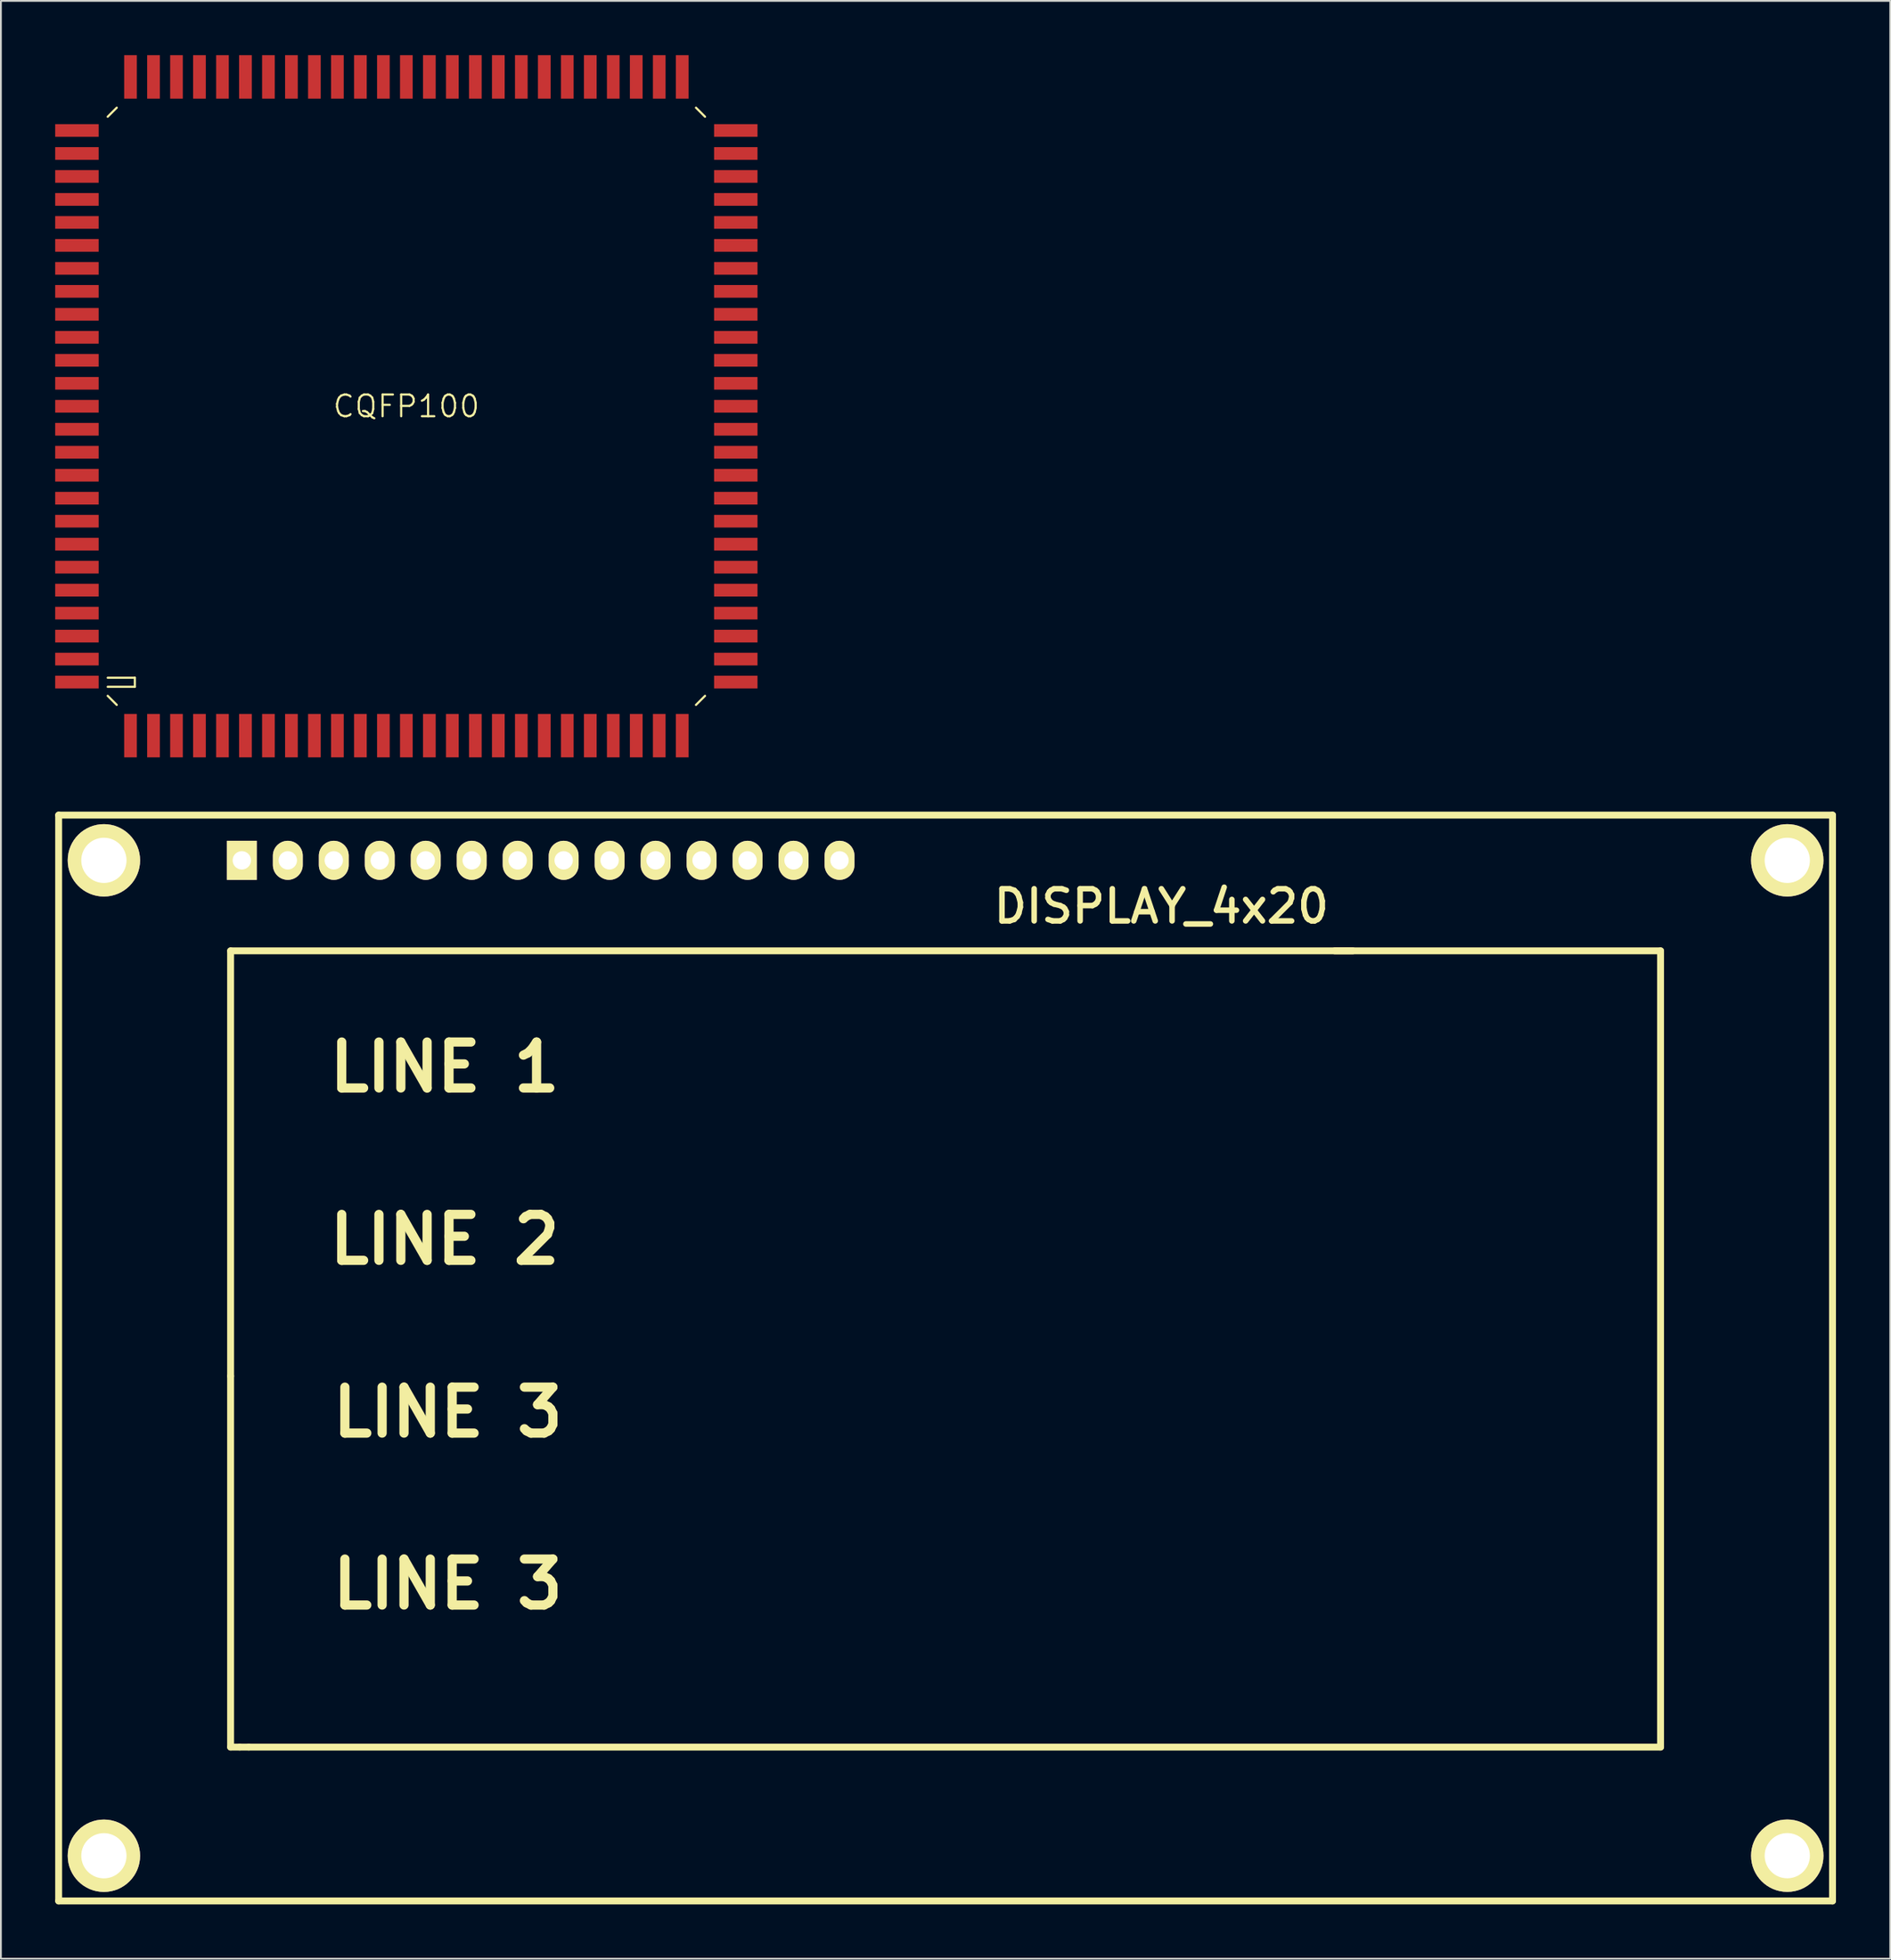
<source format=kicad_pcb>
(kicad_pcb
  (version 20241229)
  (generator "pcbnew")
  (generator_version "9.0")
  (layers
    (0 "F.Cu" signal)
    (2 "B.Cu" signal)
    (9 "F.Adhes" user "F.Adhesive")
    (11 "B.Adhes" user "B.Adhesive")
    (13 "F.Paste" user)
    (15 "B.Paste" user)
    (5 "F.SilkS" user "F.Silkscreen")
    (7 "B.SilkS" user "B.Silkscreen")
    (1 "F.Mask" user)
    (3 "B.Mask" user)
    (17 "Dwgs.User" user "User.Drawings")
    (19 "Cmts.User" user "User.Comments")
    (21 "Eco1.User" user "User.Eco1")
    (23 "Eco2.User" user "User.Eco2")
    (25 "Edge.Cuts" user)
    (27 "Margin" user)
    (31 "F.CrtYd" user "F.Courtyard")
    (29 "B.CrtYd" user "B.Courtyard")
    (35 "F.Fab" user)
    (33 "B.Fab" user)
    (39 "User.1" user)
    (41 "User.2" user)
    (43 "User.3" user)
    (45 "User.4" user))
  (footprint "CQFP100"
    (layer "F.Cu")
    (at 19.4 19.4)
    (property "Reference" "CQFP100" (at 0 0 0) (layer "F.SilkS") (effects (font (size 1.2 1.2) (thickness 0.12))))
    (attr smd)
    (fp_line (start -16.5 -16) (end -16 -16.5) (stroke (width 0.12) (type solid)) (layer "F.SilkS"))
    (fp_line (start -16.5 15.5) (end -15 15.5) (stroke (width 0.12) (type solid)) (layer "F.SilkS"))
    (fp_line (start -16.5 16) (end -16 16.5) (stroke (width 0.12) (type solid)) (layer "F.SilkS"))
    (fp_line (start -15 15) (end -16.5 15) (stroke (width 0.12) (type solid)) (layer "F.SilkS"))
    (fp_line (start -15 15.5) (end -15 15) (stroke (width 0.12) (type solid)) (layer "F.SilkS"))
    (fp_line (start 16 16.5) (end 16.5 16) (stroke (width 0.12) (type solid)) (layer "F.SilkS"))
    (fp_line (start 16.5 -16) (end 16 -16.5) (stroke (width 0.12) (type solid)) (layer "F.SilkS"))
    (pad "1" smd rect (at -15.24 18.2) (size 0.7 2.4) (layers "F.Cu" "F.Mask" "F.Paste"))
    (pad "2" smd rect (at -13.97 18.2) (size 0.7 2.4) (layers "F.Cu" "F.Mask" "F.Paste"))
    (pad "3" smd rect (at -12.7 18.2) (size 0.7 2.4) (layers "F.Cu" "F.Mask" "F.Paste"))
    (pad "4" smd rect (at -11.43 18.2) (size 0.7 2.4) (layers "F.Cu" "F.Mask" "F.Paste"))
    (pad "5" smd rect (at -10.16 18.2) (size 0.7 2.4) (layers "F.Cu" "F.Mask" "F.Paste"))
    (pad "6" smd rect (at -8.89 18.2) (size 0.7 2.4) (layers "F.Cu" "F.Mask" "F.Paste"))
    (pad "7" smd rect (at -7.62 18.2) (size 0.7 2.4) (layers "F.Cu" "F.Mask" "F.Paste"))
    (pad "8" smd rect (at -6.35 18.2) (size 0.7 2.4) (layers "F.Cu" "F.Mask" "F.Paste"))
    (pad "9" smd rect (at -5.08 18.2) (size 0.7 2.4) (layers "F.Cu" "F.Mask" "F.Paste"))
    (pad "10" smd rect (at -3.81 18.2) (size 0.7 2.4) (layers "F.Cu" "F.Mask" "F.Paste"))
    (pad "11" smd rect (at -2.54 18.2) (size 0.7 2.4) (layers "F.Cu" "F.Mask" "F.Paste"))
    (pad "12" smd rect (at -1.27 18.2) (size 0.7 2.4) (layers "F.Cu" "F.Mask" "F.Paste"))
    (pad "13" smd rect (at 0 18.2) (size 0.7 2.4) (layers "F.Cu" "F.Mask" "F.Paste"))
    (pad "14" smd rect (at 1.27 18.2) (size 0.7 2.4) (layers "F.Cu" "F.Mask" "F.Paste"))
    (pad "15" smd rect (at 2.54 18.2) (size 0.7 2.4) (layers "F.Cu" "F.Mask" "F.Paste"))
    (pad "16" smd rect (at 3.81 18.2) (size 0.7 2.4) (layers "F.Cu" "F.Mask" "F.Paste"))
    (pad "17" smd rect (at 5.08 18.2) (size 0.7 2.4) (layers "F.Cu" "F.Mask" "F.Paste"))
    (pad "18" smd rect (at 6.35 18.2) (size 0.7 2.4) (layers "F.Cu" "F.Mask" "F.Paste"))
    (pad "19" smd rect (at 7.62 18.2) (size 0.7 2.4) (layers "F.Cu" "F.Mask" "F.Paste"))
    (pad "20" smd rect (at 8.89 18.2) (size 0.7 2.4) (layers "F.Cu" "F.Mask" "F.Paste"))
    (pad "21" smd rect (at 10.16 18.2) (size 0.7 2.4) (layers "F.Cu" "F.Mask" "F.Paste"))
    (pad "22" smd rect (at 11.43 18.2) (size 0.7 2.4) (layers "F.Cu" "F.Mask" "F.Paste"))
    (pad "23" smd rect (at 12.7 18.2) (size 0.7 2.4) (layers "F.Cu" "F.Mask" "F.Paste"))
    (pad "24" smd rect (at 13.97 18.2) (size 0.7 2.4) (layers "F.Cu" "F.Mask" "F.Paste"))
    (pad "25" smd rect (at 15.24 18.2) (size 0.7 2.4) (layers "F.Cu" "F.Mask" "F.Paste"))
    (pad "26" smd rect (at 18.2 15.24 90) (size 0.7 2.4) (layers "F.Cu" "F.Mask" "F.Paste"))
    (pad "27" smd rect (at 18.2 13.97 90) (size 0.7 2.4) (layers "F.Cu" "F.Mask" "F.Paste"))
    (pad "28" smd rect (at 18.2 12.7 90) (size 0.7 2.4) (layers "F.Cu" "F.Mask" "F.Paste"))
    (pad "29" smd rect (at 18.2 11.43 90) (size 0.7 2.4) (layers "F.Cu" "F.Mask" "F.Paste"))
    (pad "30" smd rect (at 18.2 10.16 90) (size 0.7 2.4) (layers "F.Cu" "F.Mask" "F.Paste"))
    (pad "31" smd rect (at 18.2 8.89 90) (size 0.7 2.4) (layers "F.Cu" "F.Mask" "F.Paste"))
    (pad "32" smd rect (at 18.2 7.62 90) (size 0.7 2.4) (layers "F.Cu" "F.Mask" "F.Paste"))
    (pad "33" smd rect (at 18.2 6.35 90) (size 0.7 2.4) (layers "F.Cu" "F.Mask" "F.Paste"))
    (pad "34" smd rect (at 18.2 5.08 90) (size 0.7 2.4) (layers "F.Cu" "F.Mask" "F.Paste"))
    (pad "35" smd rect (at 18.2 3.81 90) (size 0.7 2.4) (layers "F.Cu" "F.Mask" "F.Paste"))
    (pad "36" smd rect (at 18.2 2.54 90) (size 0.7 2.4) (layers "F.Cu" "F.Mask" "F.Paste"))
    (pad "37" smd rect (at 18.2 1.27 90) (size 0.7 2.4) (layers "F.Cu" "F.Mask" "F.Paste"))
    (pad "38" smd rect (at 18.2 0 90) (size 0.7 2.4) (layers "F.Cu" "F.Mask" "F.Paste"))
    (pad "39" smd rect (at 18.2 -1.27 90) (size 0.7 2.4) (layers "F.Cu" "F.Mask" "F.Paste"))
    (pad "40" smd rect (at 18.2 -2.54 90) (size 0.7 2.4) (layers "F.Cu" "F.Mask" "F.Paste"))
    (pad "41" smd rect (at 18.2 -3.81 90) (size 0.7 2.4) (layers "F.Cu" "F.Mask" "F.Paste"))
    (pad "42" smd rect (at 18.2 -5.08 90) (size 0.7 2.4) (layers "F.Cu" "F.Mask" "F.Paste"))
    (pad "43" smd rect (at 18.2 -6.35 90) (size 0.7 2.4) (layers "F.Cu" "F.Mask" "F.Paste"))
    (pad "44" smd rect (at 18.2 -7.62 90) (size 0.7 2.4) (layers "F.Cu" "F.Mask" "F.Paste"))
    (pad "45" smd rect (at 18.2 -8.89 90) (size 0.7 2.4) (layers "F.Cu" "F.Mask" "F.Paste"))
    (pad "46" smd rect (at 18.2 -10.16 90) (size 0.7 2.4) (layers "F.Cu" "F.Mask" "F.Paste"))
    (pad "47" smd rect (at 18.2 -11.43 90) (size 0.7 2.4) (layers "F.Cu" "F.Mask" "F.Paste"))
    (pad "48" smd rect (at 18.2 -12.7 90) (size 0.7 2.4) (layers "F.Cu" "F.Mask" "F.Paste"))
    (pad "49" smd rect (at 18.2 -13.97 90) (size 0.7 2.4) (layers "F.Cu" "F.Mask" "F.Paste"))
    (pad "50" smd rect (at 18.2 -15.24 90) (size 0.7 2.4) (layers "F.Cu" "F.Mask" "F.Paste"))
    (pad "51" smd rect (at 15.24 -18.2) (size 0.7 2.4) (layers "F.Cu" "F.Mask" "F.Paste"))
    (pad "52" smd rect (at 13.97 -18.2) (size 0.7 2.4) (layers "F.Cu" "F.Mask" "F.Paste"))
    (pad "53" smd rect (at 12.7 -18.2) (size 0.7 2.4) (layers "F.Cu" "F.Mask" "F.Paste"))
    (pad "54" smd rect (at 11.43 -18.2) (size 0.7 2.4) (layers "F.Cu" "F.Mask" "F.Paste"))
    (pad "55" smd rect (at 10.16 -18.2) (size 0.7 2.4) (layers "F.Cu" "F.Mask" "F.Paste"))
    (pad "56" smd rect (at 8.89 -18.2) (size 0.7 2.4) (layers "F.Cu" "F.Mask" "F.Paste"))
    (pad "57" smd rect (at 7.62 -18.2) (size 0.7 2.4) (layers "F.Cu" "F.Mask" "F.Paste"))
    (pad "58" smd rect (at 6.35 -18.2) (size 0.7 2.4) (layers "F.Cu" "F.Mask" "F.Paste"))
    (pad "59" smd rect (at 5.08 -18.2) (size 0.7 2.4) (layers "F.Cu" "F.Mask" "F.Paste"))
    (pad "60" smd rect (at 3.81 -18.2) (size 0.7 2.4) (layers "F.Cu" "F.Mask" "F.Paste"))
    (pad "61" smd rect (at 2.54 -18.2) (size 0.7 2.4) (layers "F.Cu" "F.Mask" "F.Paste"))
    (pad "62" smd rect (at 1.27 -18.2) (size 0.7 2.4) (layers "F.Cu" "F.Mask" "F.Paste"))
    (pad "63" smd rect (at 0 -18.2) (size 0.7 2.4) (layers "F.Cu" "F.Mask" "F.Paste"))
    (pad "64" smd rect (at -1.27 -18.2) (size 0.7 2.4) (layers "F.Cu" "F.Mask" "F.Paste"))
    (pad "65" smd rect (at -2.54 -18.2) (size 0.7 2.4) (layers "F.Cu" "F.Mask" "F.Paste"))
    (pad "66" smd rect (at -3.81 -18.2) (size 0.7 2.4) (layers "F.Cu" "F.Mask" "F.Paste"))
    (pad "67" smd rect (at -5.08 -18.2) (size 0.7 2.4) (layers "F.Cu" "F.Mask" "F.Paste"))
    (pad "68" smd rect (at -6.35 -18.2) (size 0.7 2.4) (layers "F.Cu" "F.Mask" "F.Paste"))
    (pad "69" smd rect (at -7.62 -18.2) (size 0.7 2.4) (layers "F.Cu" "F.Mask" "F.Paste"))
    (pad "70" smd rect (at -8.89 -18.2) (size 0.7 2.4) (layers "F.Cu" "F.Mask" "F.Paste"))
    (pad "71" smd rect (at -10.16 -18.2) (size 0.7 2.4) (layers "F.Cu" "F.Mask" "F.Paste"))
    (pad "72" smd rect (at -11.43 -18.2) (size 0.7 2.4) (layers "F.Cu" "F.Mask" "F.Paste"))
    (pad "73" smd rect (at -12.7 -18.2) (size 0.7 2.4) (layers "F.Cu" "F.Mask" "F.Paste"))
    (pad "74" smd rect (at -13.97 -18.2) (size 0.7 2.4) (layers "F.Cu" "F.Mask" "F.Paste"))
    (pad "75" smd rect (at -15.24 -18.2) (size 0.7 2.4) (layers "F.Cu" "F.Mask" "F.Paste"))
    (pad "76" smd rect (at -18.2 -15.24 90) (size 0.7 2.4) (layers "F.Cu" "F.Mask" "F.Paste"))
    (pad "77" smd rect (at -18.2 -13.97 90) (size 0.7 2.4) (layers "F.Cu" "F.Mask" "F.Paste"))
    (pad "78" smd rect (at -18.2 -12.7 90) (size 0.7 2.4) (layers "F.Cu" "F.Mask" "F.Paste"))
    (pad "79" smd rect (at -18.2 -11.43 90) (size 0.7 2.4) (layers "F.Cu" "F.Mask" "F.Paste"))
    (pad "80" smd rect (at -18.2 -10.16 90) (size 0.7 2.4) (layers "F.Cu" "F.Mask" "F.Paste"))
    (pad "81" smd rect (at -18.2 -8.89 90) (size 0.7 2.4) (layers "F.Cu" "F.Mask" "F.Paste"))
    (pad "82" smd rect (at -18.2 -7.62 90) (size 0.7 2.4) (layers "F.Cu" "F.Mask" "F.Paste"))
    (pad "83" smd rect (at -18.2 -6.35 90) (size 0.7 2.4) (layers "F.Cu" "F.Mask" "F.Paste"))
    (pad "84" smd rect (at -18.2 -5.08 90) (size 0.7 2.4) (layers "F.Cu" "F.Mask" "F.Paste"))
    (pad "85" smd rect (at -18.2 -3.81 90) (size 0.7 2.4) (layers "F.Cu" "F.Mask" "F.Paste"))
    (pad "86" smd rect (at -18.2 -2.54 90) (size 0.7 2.4) (layers "F.Cu" "F.Mask" "F.Paste"))
    (pad "87" smd rect (at -18.2 -1.27 90) (size 0.7 2.4) (layers "F.Cu" "F.Mask" "F.Paste"))
    (pad "88" smd rect (at -18.2 0 90) (size 0.7 2.4) (layers "F.Cu" "F.Mask" "F.Paste"))
    (pad "89" smd rect (at -18.2 1.27 90) (size 0.7 2.4) (layers "F.Cu" "F.Mask" "F.Paste"))
    (pad "90" smd rect (at -18.2 2.54 90) (size 0.7 2.4) (layers "F.Cu" "F.Mask" "F.Paste"))
    (pad "91" smd rect (at -18.2 3.81 90) (size 0.7 2.4) (layers "F.Cu" "F.Mask" "F.Paste"))
    (pad "92" smd rect (at -18.2 5.08 90) (size 0.7 2.4) (layers "F.Cu" "F.Mask" "F.Paste"))
    (pad "93" smd rect (at -18.2 6.35 90) (size 0.7 2.4) (layers "F.Cu" "F.Mask" "F.Paste"))
    (pad "94" smd rect (at -18.2 7.62 90) (size 0.7 2.4) (layers "F.Cu" "F.Mask" "F.Paste"))
    (pad "95" smd rect (at -18.2 8.89 90) (size 0.7 2.4) (layers "F.Cu" "F.Mask" "F.Paste"))
    (pad "96" smd rect (at -18.2 10.16 90) (size 0.7 2.4) (layers "F.Cu" "F.Mask" "F.Paste"))
    (pad "97" smd rect (at -18.2 11.43 90) (size 0.7 2.4) (layers "F.Cu" "F.Mask" "F.Paste"))
    (pad "98" smd rect (at -18.2 12.7 90) (size 0.7 2.4) (layers "F.Cu" "F.Mask" "F.Paste"))
    (pad "99" smd rect (at -18.2 13.97 90) (size 0.7 2.4) (layers "F.Cu" "F.Mask" "F.Paste"))
    (pad "100" smd rect (at -18.2 15.24 90) (size 0.7 2.4) (layers "F.Cu" "F.Mask" "F.Paste")))
  (footprint "DISPLAY_4x20"
    (layer "F.Cu")
    (at 2.69 44.49)
    (property "Reference" "DISPLAY_4x20" (at 58.42 2.54 0) (layer "F.SilkS") (effects (font (size 1.778 1.778) (thickness 0.305))))
    (attr through_hole)
    (fp_line (start -2.499 -2.499) (end -2.499 57.501) (stroke (width 0.381) (type solid)) (layer "F.SilkS"))
    (fp_line (start 7 5.001) (end 68.999 5.001) (stroke (width 0.381) (type solid)) (layer "F.SilkS"))
    (fp_line (start 7 28.499) (end 7 5.001) (stroke (width 0.381) (type solid)) (layer "F.SilkS"))
    (fp_line (start 7 48.999) (end 7 28.499) (stroke (width 0.381) (type solid)) (layer "F.SilkS"))
    (fp_line (start 7.501 48.999) (end 7 48.999) (stroke (width 0.381) (type solid)) (layer "F.SilkS"))
    (fp_line (start 8.001 48.999) (end 7.501 48.999) (stroke (width 0.381) (type solid)) (layer "F.SilkS"))
    (fp_line (start 68.001 5.001) (end 85.999 5.001) (stroke (width 0.381) (type solid)) (layer "F.SilkS"))
    (fp_line (start 85.999 5.001) (end 85.999 48.999) (stroke (width 0.381) (type solid)) (layer "F.SilkS"))
    (fp_line (start 85.999 48.999) (end 8.001 48.999) (stroke (width 0.381) (type solid)) (layer "F.SilkS"))
    (fp_line (start 95.499 -2.499) (end -2.499 -2.499) (stroke (width 0.381) (type solid)) (layer "F.SilkS"))
    (fp_line (start 95.499 -2.499) (end 95.499 57.501) (stroke (width 0.381) (type solid)) (layer "F.SilkS"))
    (fp_line (start 95.499 57.501) (end -2.499 57.501) (stroke (width 0.381) (type solid)) (layer "F.SilkS"))
    (fp_text user "LINE 1" (at 18.824 11.43 0) (layer "F.SilkS") (effects (font (size 2.54 2.54) (thickness 0.508))))
    (fp_text user "LINE 3" (at 18.999 40 0) (layer "F.SilkS") (effects (font (size 2.54 2.54) (thickness 0.508))))
    (fp_text user "LINE 2" (at 18.824 20.955 0) (layer "F.SilkS") (effects (font (size 2.54 2.54) (thickness 0.508))))
    (fp_text user "LINE 3" (at 18.999 30.5 0) (layer "F.SilkS") (effects (font (size 2.54 2.54) (thickness 0.508))))
    (pad "" thru_hole circle (at 0 0) (size 4 4) (drill 2.499) (layers "*.Cu" "*.Mask" "F.SilkS"))
    (pad "" thru_hole circle (at 0 55.004) (size 4 4) (drill 2.499) (layers "*.Cu" "*.Mask" "F.SilkS"))
    (pad "" thru_hole circle (at 93 0) (size 4 4) (drill 2.499) (layers "*.Cu" "*.Mask" "F.SilkS"))
    (pad "" thru_hole circle (at 93 55.001) (size 4 4) (drill 2.499) (layers "*.Cu" "*.Mask" "F.SilkS"))
    (pad "1" thru_hole rect (at 7.62 0) (size 1.651 2.159) (drill 1.016) (layers "*.Cu" "*.Mask" "F.SilkS"))
    (pad "2" thru_hole oval (at 10.16 0) (size 1.651 2.159) (drill 1.016) (layers "*.Cu" "*.Mask" "F.SilkS"))
    (pad "3" thru_hole oval (at 12.7 0) (size 1.651 2.159) (drill 1.016) (layers "*.Cu" "*.Mask" "F.SilkS"))
    (pad "4" thru_hole oval (at 15.24 0) (size 1.651 2.159) (drill 1.016) (layers "*.Cu" "*.Mask" "F.SilkS"))
    (pad "5" thru_hole oval (at 17.78 0) (size 1.651 2.159) (drill 1.016) (layers "*.Cu" "*.Mask" "F.SilkS"))
    (pad "6" thru_hole oval (at 20.32 0) (size 1.651 2.159) (drill 1.016) (layers "*.Cu" "*.Mask" "F.SilkS"))
    (pad "7" thru_hole oval (at 22.86 0) (size 1.651 2.159) (drill 1.016) (layers "*.Cu" "*.Mask" "F.SilkS"))
    (pad "8" thru_hole oval (at 25.4 0) (size 1.651 2.159) (drill 1.016) (layers "*.Cu" "*.Mask" "F.SilkS"))
    (pad "9" thru_hole oval (at 27.94 0) (size 1.651 2.159) (drill 1.016) (layers "*.Cu" "*.Mask" "F.SilkS"))
    (pad "10" thru_hole oval (at 30.48 0) (size 1.651 2.159) (drill 1.016) (layers "*.Cu" "*.Mask" "F.SilkS"))
    (pad "11" thru_hole oval (at 33.02 0) (size 1.651 2.159) (drill 1.016) (layers "*.Cu" "*.Mask" "F.SilkS"))
    (pad "12" thru_hole oval (at 35.56 0) (size 1.651 2.159) (drill 1.016) (layers "*.Cu" "*.Mask" "F.SilkS"))
    (pad "13" thru_hole oval (at 38.1 0) (size 1.651 2.159) (drill 1.016) (layers "*.Cu" "*.Mask" "F.SilkS"))
    (pad "14" thru_hole oval (at 40.64 0) (size 1.651 2.159) (drill 1.016) (layers "*.Cu" "*.Mask" "F.SilkS")))
  (gr_rect
    (start -3 -3)
    (end 101.379 105.181)
    (stroke (width 0.1) (type default))
    (fill no)
    (layer "Edge.Cuts")))
</source>
